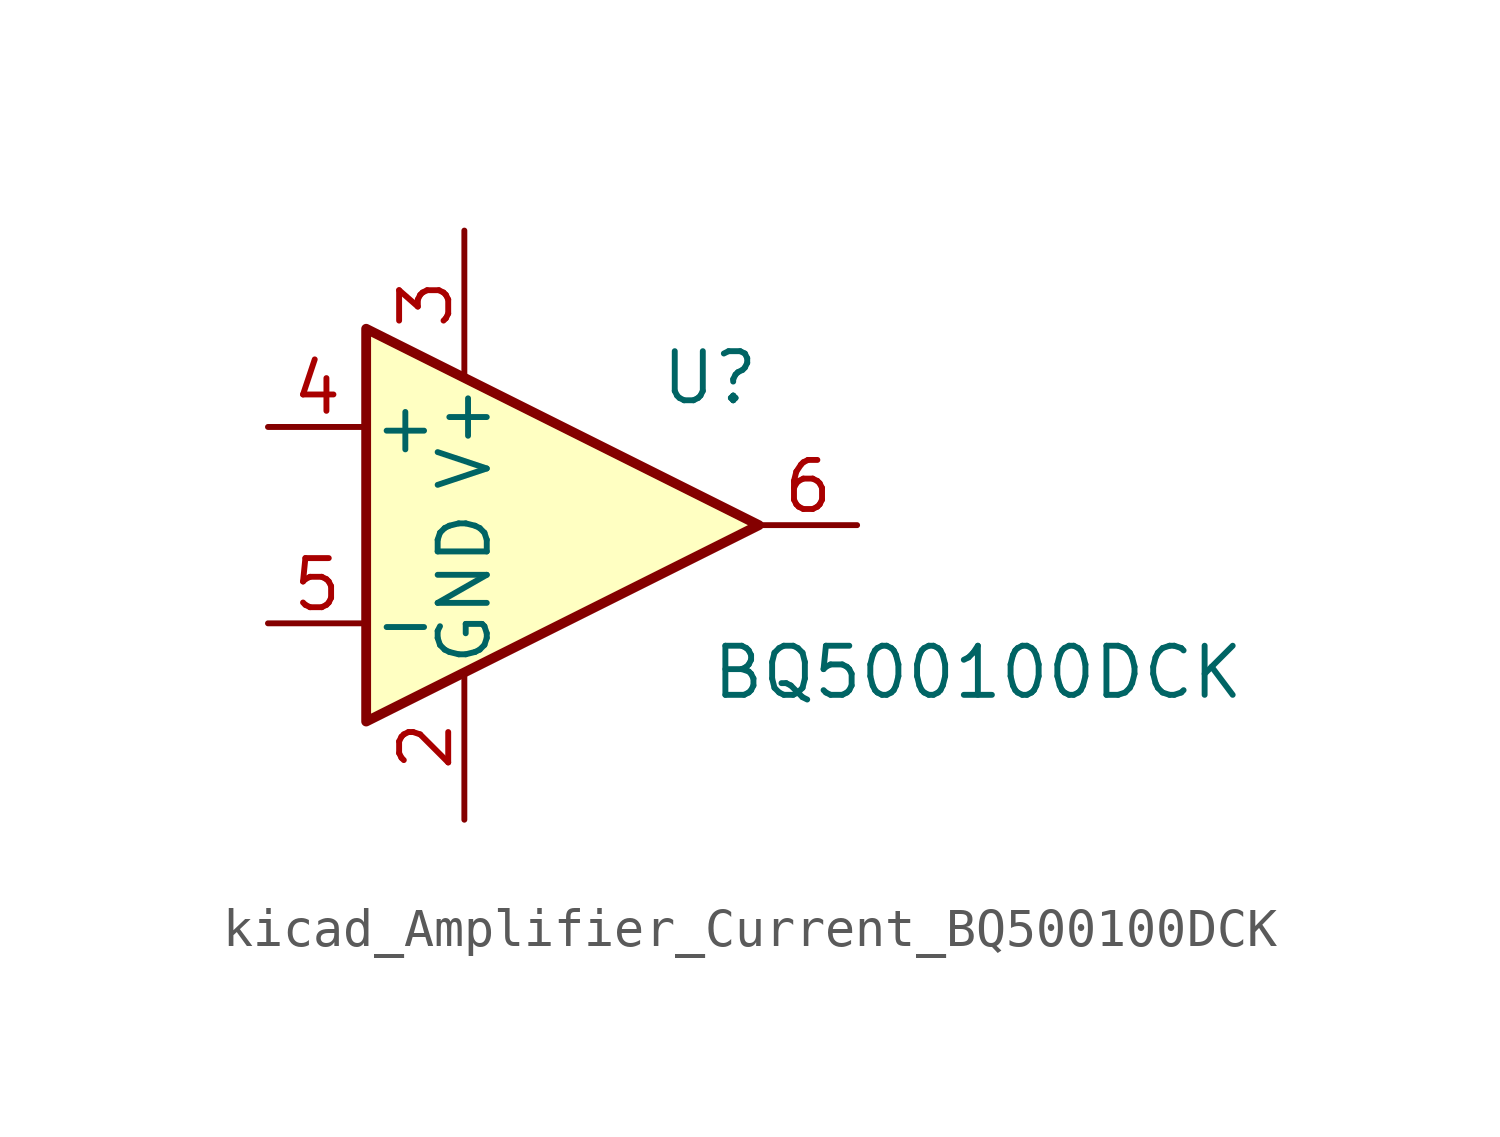
<source format=kicad_sym>
(kicad_symbol_lib
  (version 20220914)
  (generator kicad_symbol_editor)
  (symbol "kicad_Amplifier_Current_BQ500100DCK"
    (pin_names
      (offset 0.127))
    (property "Reference" "U"
      (at 3.81 3.81 0)
      (effects (font (size 1.27 1.27))))
    (property "Value" "BQ500100DCK"
      (at 3.81 -3.81 0)
      (effects (font (size 1.27 1.27)) (justify left)))
    (symbol "kicad_Amplifier_Current_BQ500100DCK_0_1"
      (polyline (pts (xy 5.08 0) (xy -5.08 5.08) (xy -5.08 -5.08) (xy 5.08 0)) (stroke (width 0.254) (type default)) (fill (type background))))
    (symbol "kicad_Amplifier_Current_BQ500100DCK_1_1"
      (pin passive line (at -2.54 -7.62 90) (length 3.81) hide (name "GND" (effects (font (size 1.27 1.27)))) (number "1" (effects (font (size 1.27 1.27)))))
      (pin power_in line (at -2.54 -7.62 90) (length 3.81) (name "GND" (effects (font (size 1.27 1.27)))) (number "2" (effects (font (size 1.27 1.27)))))
      (pin power_in line (at -2.54 7.62 270) (length 3.81) (name "V+" (effects (font (size 1.27 1.27)))) (number "3" (effects (font (size 1.27 1.27)))))
      (pin input line (at -7.62 2.54 0) (length 2.54) (name "+" (effects (font (size 1.27 1.27)))) (number "4" (effects (font (size 1.27 1.27)))))
      (pin input line (at -7.62 -2.54 0) (length 2.54) (name "-" (effects (font (size 1.27 1.27)))) (number "5" (effects (font (size 1.27 1.27)))))
      (pin output line (at 7.62 0 180) (length 2.54) (name "~" (effects (font (size 1.27 1.27)))) (number "6" (effects (font (size 1.27 1.27))))))))
</source>
